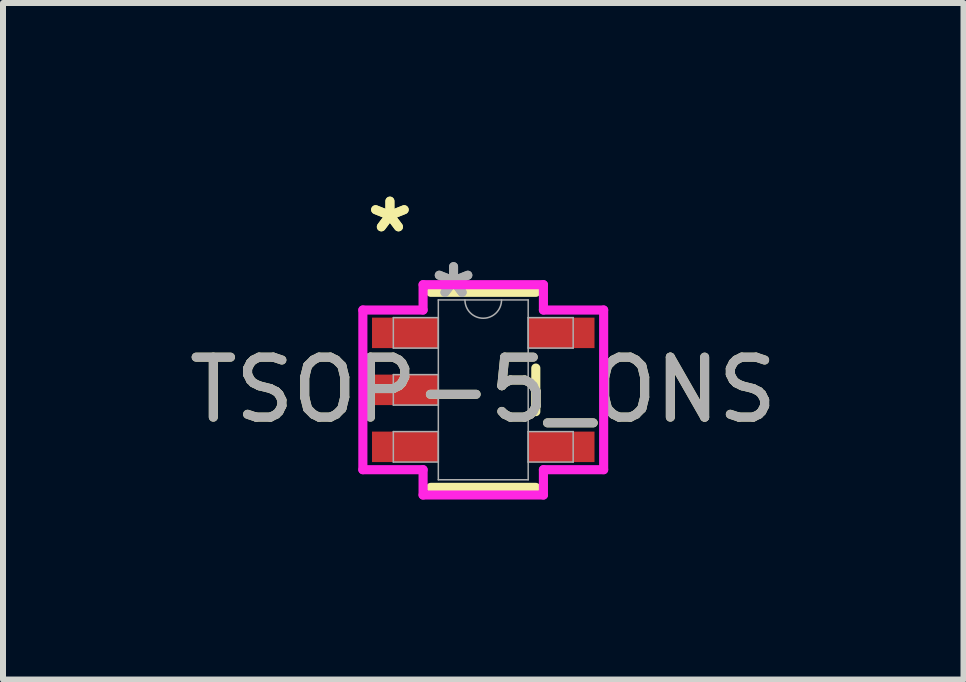
<source format=kicad_pcb>
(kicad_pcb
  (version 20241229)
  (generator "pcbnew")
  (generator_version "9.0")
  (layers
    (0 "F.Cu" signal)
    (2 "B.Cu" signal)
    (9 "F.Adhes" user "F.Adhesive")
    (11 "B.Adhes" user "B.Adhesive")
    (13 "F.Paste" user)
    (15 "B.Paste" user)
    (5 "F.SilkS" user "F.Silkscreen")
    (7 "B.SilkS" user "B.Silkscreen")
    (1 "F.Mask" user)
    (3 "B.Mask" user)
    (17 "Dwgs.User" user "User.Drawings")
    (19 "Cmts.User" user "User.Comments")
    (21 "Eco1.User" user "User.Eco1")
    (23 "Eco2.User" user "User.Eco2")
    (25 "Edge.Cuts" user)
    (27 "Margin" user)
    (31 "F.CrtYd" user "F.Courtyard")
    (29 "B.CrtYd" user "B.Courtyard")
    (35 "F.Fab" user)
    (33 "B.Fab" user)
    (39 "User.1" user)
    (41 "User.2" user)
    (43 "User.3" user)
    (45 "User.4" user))
  (footprint "TSOP-5_ONS"
    (layer "F.Cu")
    (at 5.006 3.449)
    (property "Reference" "TSOP-5_ONS" (at 0 0 0) (unlocked yes) (layer "F.SilkS") (effects (font (size 1 1) (thickness 0.15))))
    (attr smd)
    (fp_line (start -0.876 1.626) (end 0.876 1.626) (stroke (width 0.152) (type solid)) (layer "F.SilkS"))
    (fp_line (start 0.876 -1.626) (end -0.876 -1.626) (stroke (width 0.152) (type solid)) (layer "F.SilkS"))
    (fp_line (start 0.876 0.363) (end 0.876 -0.363) (stroke (width 0.152) (type solid)) (layer "F.SilkS"))
    (fp_line (start -2.007 -1.331) (end -1.003 -1.331) (stroke (width 0.152) (type solid)) (layer "F.CrtYd"))
    (fp_line (start -2.007 1.331) (end -2.007 -1.331) (stroke (width 0.152) (type solid)) (layer "F.CrtYd"))
    (fp_line (start -1.003 -1.753) (end 1.003 -1.753) (stroke (width 0.152) (type solid)) (layer "F.CrtYd"))
    (fp_line (start -1.003 -1.331) (end -1.003 -1.753) (stroke (width 0.152) (type solid)) (layer "F.CrtYd"))
    (fp_line (start -1.003 1.331) (end -2.007 1.331) (stroke (width 0.152) (type solid)) (layer "F.CrtYd"))
    (fp_line (start -1.003 1.753) (end -1.003 1.331) (stroke (width 0.152) (type solid)) (layer "F.CrtYd"))
    (fp_line (start 1.003 -1.753) (end 1.003 -1.331) (stroke (width 0.152) (type solid)) (layer "F.CrtYd"))
    (fp_line (start 1.003 -1.331) (end 2.007 -1.331) (stroke (width 0.152) (type solid)) (layer "F.CrtYd"))
    (fp_line (start 1.003 1.331) (end 1.003 1.753) (stroke (width 0.152) (type solid)) (layer "F.CrtYd"))
    (fp_line (start 1.003 1.753) (end -1.003 1.753) (stroke (width 0.152) (type solid)) (layer "F.CrtYd"))
    (fp_line (start 2.007 -1.331) (end 2.007 1.331) (stroke (width 0.152) (type solid)) (layer "F.CrtYd"))
    (fp_line (start 2.007 1.331) (end 1.003 1.331) (stroke (width 0.152) (type solid)) (layer "F.CrtYd"))
    (fp_line (start -1.499 -1.204) (end -1.499 -0.696) (stroke (width 0.025) (type solid)) (layer "F.Fab"))
    (fp_line (start -1.499 -0.696) (end -0.749 -0.696) (stroke (width 0.025) (type solid)) (layer "F.Fab"))
    (fp_line (start -1.499 -0.254) (end -1.499 0.254) (stroke (width 0.025) (type solid)) (layer "F.Fab"))
    (fp_line (start -1.499 0.254) (end -0.749 0.254) (stroke (width 0.025) (type solid)) (layer "F.Fab"))
    (fp_line (start -1.499 0.696) (end -1.499 1.204) (stroke (width 0.025) (type solid)) (layer "F.Fab"))
    (fp_line (start -1.499 1.204) (end -0.749 1.204) (stroke (width 0.025) (type solid)) (layer "F.Fab"))
    (fp_line (start -0.749 -1.499) (end -0.749 1.499) (stroke (width 0.025) (type solid)) (layer "F.Fab"))
    (fp_line (start -0.749 -1.204) (end -1.499 -1.204) (stroke (width 0.025) (type solid)) (layer "F.Fab"))
    (fp_line (start -0.749 -0.696) (end -0.749 -1.204) (stroke (width 0.025) (type solid)) (layer "F.Fab"))
    (fp_line (start -0.749 -0.254) (end -1.499 -0.254) (stroke (width 0.025) (type solid)) (layer "F.Fab"))
    (fp_line (start -0.749 0.254) (end -0.749 -0.254) (stroke (width 0.025) (type solid)) (layer "F.Fab"))
    (fp_line (start -0.749 0.696) (end -1.499 0.696) (stroke (width 0.025) (type solid)) (layer "F.Fab"))
    (fp_line (start -0.749 1.204) (end -0.749 0.696) (stroke (width 0.025) (type solid)) (layer "F.Fab"))
    (fp_line (start -0.749 1.499) (end 0.749 1.499) (stroke (width 0.025) (type solid)) (layer "F.Fab"))
    (fp_line (start 0.749 -1.499) (end -0.749 -1.499) (stroke (width 0.025) (type solid)) (layer "F.Fab"))
    (fp_line (start 0.749 -1.204) (end 0.749 -0.696) (stroke (width 0.025) (type solid)) (layer "F.Fab"))
    (fp_line (start 0.749 -0.696) (end 1.499 -0.696) (stroke (width 0.025) (type solid)) (layer "F.Fab"))
    (fp_line (start 0.749 0.696) (end 0.749 1.204) (stroke (width 0.025) (type solid)) (layer "F.Fab"))
    (fp_line (start 0.749 1.204) (end 1.499 1.204) (stroke (width 0.025) (type solid)) (layer "F.Fab"))
    (fp_line (start 0.749 1.499) (end 0.749 -1.499) (stroke (width 0.025) (type solid)) (layer "F.Fab"))
    (fp_line (start 1.499 -1.204) (end 0.749 -1.204) (stroke (width 0.025) (type solid)) (layer "F.Fab"))
    (fp_line (start 1.499 -0.696) (end 1.499 -1.204) (stroke (width 0.025) (type solid)) (layer "F.Fab"))
    (fp_line (start 1.499 0.696) (end 0.749 0.696) (stroke (width 0.025) (type solid)) (layer "F.Fab"))
    (fp_line (start 1.499 1.204) (end 1.499 0.696) (stroke (width 0.025) (type solid)) (layer "F.Fab"))
    (fp_arc (start 0.3048 -1.4986) (mid 0 -1.1938) (end -0.3048 -1.4986) (stroke (width 0.0254) (type solid)) (layer "F.Fab"))
    (fp_text user "*" (at -1.556 -2.601 0) (layer "F.SilkS") (effects (font (size 1 1) (thickness 0.15))))
    (fp_text user "*" (at -1.556 -2.601 0) (unlocked yes) (layer "F.SilkS") (effects (font (size 1 1) (thickness 0.15))))
    (fp_text user "${REFERENCE}" (at 0 0 0) (unlocked yes) (layer "F.Fab") (effects (font (size 1 1) (thickness 0.15))))
    (fp_text user "*" (at -0.495 -1.509 0) (layer "F.Fab") (effects (font (size 1 1) (thickness 0.15))))
    (fp_text user "*" (at -0.495 -1.509 0) (unlocked yes) (layer "F.Fab") (effects (font (size 1 1) (thickness 0.15))))
    (pad "1" smd rect (at -1.302 -0.95) (size 1.105 0.508) (layers "F.Cu" "F.Mask" "F.Paste"))
    (pad "2" smd rect (at -1.302 0) (size 1.105 0.508) (layers "F.Cu" "F.Mask" "F.Paste"))
    (pad "3" smd rect (at -1.302 0.95) (size 1.105 0.508) (layers "F.Cu" "F.Mask" "F.Paste"))
    (pad "4" smd rect (at 1.302 0.95) (size 1.105 0.508) (layers "F.Cu" "F.Mask" "F.Paste"))
    (pad "5" smd rect (at 1.302 -0.95) (size 1.105 0.508) (layers "F.Cu" "F.Mask" "F.Paste")))
  (gr_rect
    (start -3 -3)
    (end 13.012 8.278)
    (stroke (width 0.1) (type default))
    (fill no)
    (layer "Edge.Cuts")))
</source>
